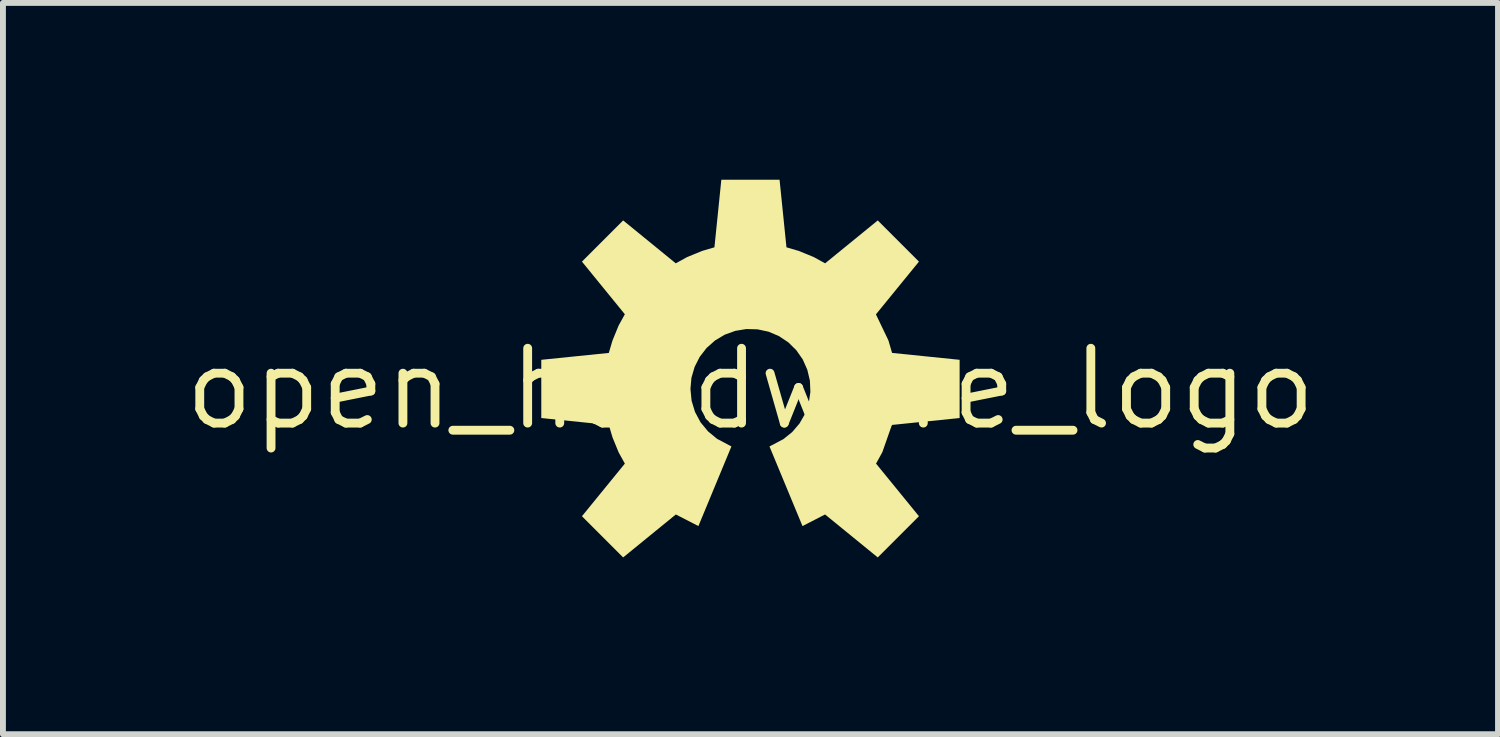
<source format=kicad_pcb>
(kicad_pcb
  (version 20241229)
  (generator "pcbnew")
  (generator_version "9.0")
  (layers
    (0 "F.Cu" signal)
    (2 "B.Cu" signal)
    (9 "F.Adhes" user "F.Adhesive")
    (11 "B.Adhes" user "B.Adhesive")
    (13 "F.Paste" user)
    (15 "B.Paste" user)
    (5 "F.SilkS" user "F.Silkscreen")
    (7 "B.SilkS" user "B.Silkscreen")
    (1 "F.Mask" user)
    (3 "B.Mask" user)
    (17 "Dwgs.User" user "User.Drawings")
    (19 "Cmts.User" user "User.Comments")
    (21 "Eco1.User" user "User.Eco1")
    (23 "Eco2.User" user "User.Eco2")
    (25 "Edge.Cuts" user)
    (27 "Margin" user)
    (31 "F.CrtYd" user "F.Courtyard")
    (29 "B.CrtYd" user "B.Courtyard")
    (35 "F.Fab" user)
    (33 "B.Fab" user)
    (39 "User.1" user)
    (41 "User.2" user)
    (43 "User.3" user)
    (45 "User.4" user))
  (footprint "open_hardware_logo"
    (layer "F.Cu")
    (at 9.683 3.549)
    (property "Reference" "open_hardware_logo" (at 0 0 0) (layer "F.SilkS") (effects (font (size 1.27 1.27) (thickness 0.15))))
    (fp_poly (pts (xy 0.611 -2.403) (xy 0.821 -2.341) (xy 1.075 -2.237) (xy 1.267 -2.131) (xy 2.16 -2.859) (xy 2.859 -2.16) (xy 2.129 -1.265) (xy 2.341 -0.823) (xy 2.403 -0.611) (xy 3.549 -0.494) (xy 3.549 0.494) (xy 2.4 0.611) (xy 2.238 1.073) (xy 2.131 1.267) (xy 2.859 2.16) (xy 2.16 2.859) (xy 1.266 2.13) (xy 0.883 2.327) (xy 0.323 0.976) (xy 0.559 0.852) (xy 0.708 0.732) (xy 0.832 0.587) (xy 0.927 0.422) (xy 0.989 0.241) (xy 1.017 0.052) (xy 1.009 -0.139) (xy 0.965 -0.325) (xy 0.888 -0.499) (xy 0.779 -0.656) (xy 0.643 -0.79) (xy 0.484 -0.896) (xy 0.308 -0.971) (xy 0.121 -1.011) (xy -0.07 -1.016) (xy -0.258 -0.985) (xy -0.437 -0.92) (xy -0.601 -0.822) (xy -0.744 -0.695) (xy -0.861 -0.544) (xy -0.947 -0.374) (xy -1.001 -0.19) (xy -1.018 -0.000157) (xy -0.999 0.199) (xy -0.941 0.39) (xy -0.847 0.566) (xy -0.72 0.72) (xy -0.566 0.847) (xy -0.323 0.976) (xy -0.883 2.327) (xy -1.266 2.13) (xy -2.16 2.859) (xy -2.859 2.16) (xy -2.131 1.267) (xy -2.237 1.075) (xy -2.341 0.821) (xy -2.403 0.611) (xy -3.549 0.494) (xy -3.549 -0.494) (xy -2.403 -0.611) (xy -2.341 -0.821) (xy -2.237 -1.075) (xy -2.131 -1.267) (xy -2.859 -2.16) (xy -2.16 -2.859) (xy -1.267 -2.131) (xy -1.075 -2.237) (xy -0.821 -2.341) (xy -0.611 -2.403) (xy -0.494 -3.549) (xy 0.494 -3.549)) (stroke (width 0) (type default)) (fill yes) (layer "F.SilkS")))
  (gr_rect
    (start -3 -3)
    (end 22.367 9.408)
    (stroke (width 0.1) (type default))
    (fill no)
    (layer "Edge.Cuts")))
</source>
